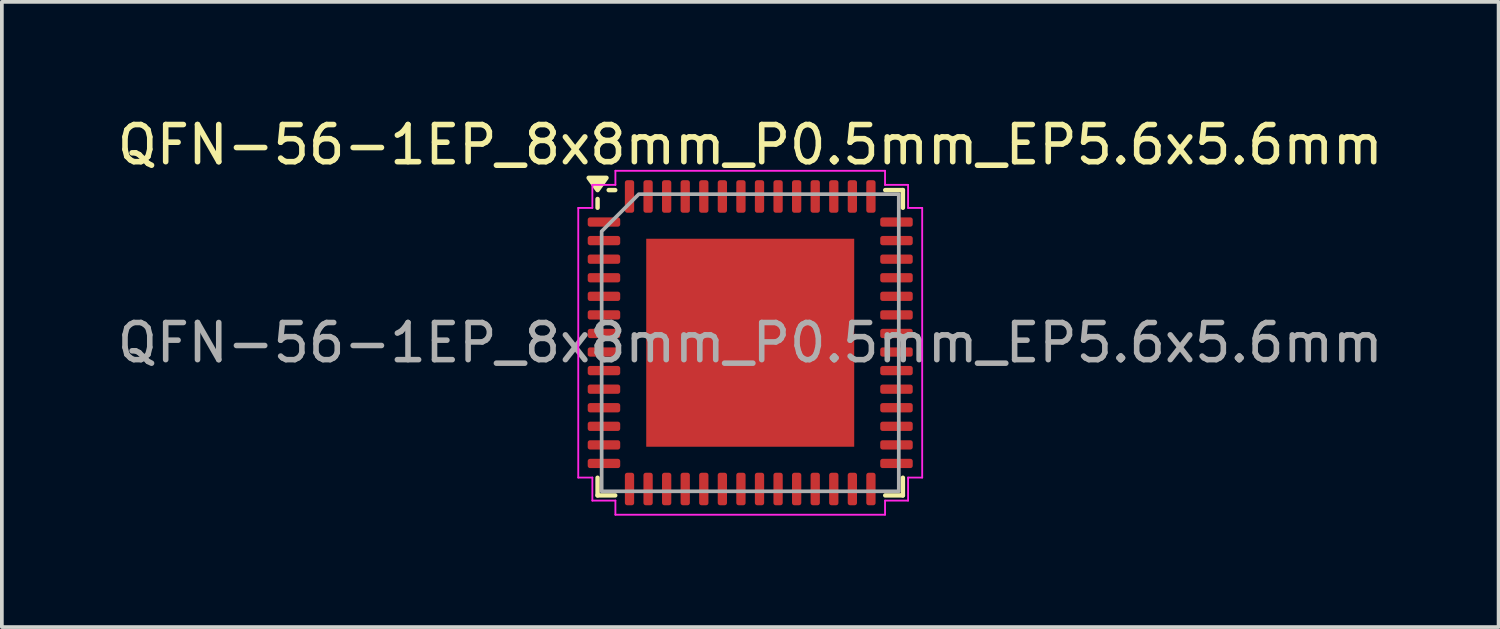
<source format=kicad_pcb>
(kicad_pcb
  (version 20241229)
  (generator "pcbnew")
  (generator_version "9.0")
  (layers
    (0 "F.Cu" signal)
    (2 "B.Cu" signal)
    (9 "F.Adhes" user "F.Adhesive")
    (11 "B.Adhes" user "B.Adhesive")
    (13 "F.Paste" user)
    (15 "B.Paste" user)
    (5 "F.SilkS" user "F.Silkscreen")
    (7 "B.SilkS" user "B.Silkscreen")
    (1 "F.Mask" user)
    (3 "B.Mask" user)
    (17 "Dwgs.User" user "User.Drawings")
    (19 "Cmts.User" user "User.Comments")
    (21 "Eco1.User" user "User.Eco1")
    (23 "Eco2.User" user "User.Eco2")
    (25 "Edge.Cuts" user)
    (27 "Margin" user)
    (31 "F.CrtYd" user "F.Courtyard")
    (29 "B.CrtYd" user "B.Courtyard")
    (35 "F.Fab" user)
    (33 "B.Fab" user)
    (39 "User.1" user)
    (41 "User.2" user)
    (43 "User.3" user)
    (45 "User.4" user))
  (footprint "QFN-56-1EP_8x8mm_P0.5mm_EP5.6x5.6mm"
    (layer "F.Cu")
    (at 17.149 6.178)
    (property "Reference" "QFN-56-1EP_8x8mm_P0.5mm_EP5.6x5.6mm" (at 0 -5.33 0) (layer "F.SilkS") (effects (font (size 1 1) (thickness 0.15))))
    (attr smd)
    (fp_line (start -4.11 -3.635) (end -4.11 -3.87) (stroke (width 0.12) (type solid)) (layer "F.SilkS"))
    (fp_line (start -4.11 4.11) (end -4.11 3.635) (stroke (width 0.12) (type solid)) (layer "F.SilkS"))
    (fp_line (start -3.635 -4.11) (end -3.81 -4.11) (stroke (width 0.12) (type solid)) (layer "F.SilkS"))
    (fp_line (start -3.635 4.11) (end -4.11 4.11) (stroke (width 0.12) (type solid)) (layer "F.SilkS"))
    (fp_line (start 3.635 -4.11) (end 4.11 -4.11) (stroke (width 0.12) (type solid)) (layer "F.SilkS"))
    (fp_line (start 3.635 4.11) (end 4.11 4.11) (stroke (width 0.12) (type solid)) (layer "F.SilkS"))
    (fp_line (start 4.11 -4.11) (end 4.11 -3.635) (stroke (width 0.12) (type solid)) (layer "F.SilkS"))
    (fp_line (start 4.11 4.11) (end 4.11 3.635) (stroke (width 0.12) (type solid)) (layer "F.SilkS"))
    (fp_poly (pts (xy -4.11 -4.11) (xy -4.35 -4.44) (xy -3.87 -4.44)) (stroke (width 0.12) (type solid)) (fill yes) (layer "F.SilkS"))
    (fp_line (start -4.63 -3.63) (end -4.25 -3.63) (stroke (width 0.05) (type solid)) (layer "F.CrtYd"))
    (fp_line (start -4.63 3.63) (end -4.63 -3.63) (stroke (width 0.05) (type solid)) (layer "F.CrtYd"))
    (fp_line (start -4.25 -4.25) (end -3.63 -4.25) (stroke (width 0.05) (type solid)) (layer "F.CrtYd"))
    (fp_line (start -4.25 -3.63) (end -4.25 -4.25) (stroke (width 0.05) (type solid)) (layer "F.CrtYd"))
    (fp_line (start -4.25 3.63) (end -4.63 3.63) (stroke (width 0.05) (type solid)) (layer "F.CrtYd"))
    (fp_line (start -4.25 4.25) (end -4.25 3.63) (stroke (width 0.05) (type solid)) (layer "F.CrtYd"))
    (fp_line (start -3.63 -4.63) (end 3.63 -4.63) (stroke (width 0.05) (type solid)) (layer "F.CrtYd"))
    (fp_line (start -3.63 -4.25) (end -3.63 -4.63) (stroke (width 0.05) (type solid)) (layer "F.CrtYd"))
    (fp_line (start -3.63 4.25) (end -4.25 4.25) (stroke (width 0.05) (type solid)) (layer "F.CrtYd"))
    (fp_line (start -3.63 4.63) (end -3.63 4.25) (stroke (width 0.05) (type solid)) (layer "F.CrtYd"))
    (fp_line (start 3.63 -4.63) (end 3.63 -4.25) (stroke (width 0.05) (type solid)) (layer "F.CrtYd"))
    (fp_line (start 3.63 -4.25) (end 4.25 -4.25) (stroke (width 0.05) (type solid)) (layer "F.CrtYd"))
    (fp_line (start 3.63 4.25) (end 3.63 4.63) (stroke (width 0.05) (type solid)) (layer "F.CrtYd"))
    (fp_line (start 3.63 4.63) (end -3.63 4.63) (stroke (width 0.05) (type solid)) (layer "F.CrtYd"))
    (fp_line (start 4.25 -4.25) (end 4.25 -3.63) (stroke (width 0.05) (type solid)) (layer "F.CrtYd"))
    (fp_line (start 4.25 -3.63) (end 4.63 -3.63) (stroke (width 0.05) (type solid)) (layer "F.CrtYd"))
    (fp_line (start 4.25 3.63) (end 4.25 4.25) (stroke (width 0.05) (type solid)) (layer "F.CrtYd"))
    (fp_line (start 4.25 4.25) (end 3.63 4.25) (stroke (width 0.05) (type solid)) (layer "F.CrtYd"))
    (fp_line (start 4.63 -3.63) (end 4.63 3.63) (stroke (width 0.05) (type solid)) (layer "F.CrtYd"))
    (fp_line (start 4.63 3.63) (end 4.25 3.63) (stroke (width 0.05) (type solid)) (layer "F.CrtYd"))
    (fp_poly (pts (xy -4 -3) (xy -4 4) (xy 4 4) (xy 4 -4) (xy -3 -4)) (stroke (width 0.1) (type solid)) (fill no) (layer "F.Fab"))
    (fp_text user "${REFERENCE}" (at 0 0 0) (layer "F.Fab") (effects (font (size 1 1) (thickness 0.15))))
    (pad "" smd roundrect (at -2.1 -2.1) (size 1.13 1.13) (layers "F.Paste") (roundrect_rratio 0.221))
    (pad "" smd roundrect (at -2.1 -0.7) (size 1.13 1.13) (layers "F.Paste") (roundrect_rratio 0.221))
    (pad "" smd roundrect (at -2.1 0.7) (size 1.13 1.13) (layers "F.Paste") (roundrect_rratio 0.221))
    (pad "" smd roundrect (at -2.1 2.1) (size 1.13 1.13) (layers "F.Paste") (roundrect_rratio 0.221))
    (pad "" smd roundrect (at -0.7 -2.1) (size 1.13 1.13) (layers "F.Paste") (roundrect_rratio 0.221))
    (pad "" smd roundrect (at -0.7 -0.7) (size 1.13 1.13) (layers "F.Paste") (roundrect_rratio 0.221))
    (pad "" smd roundrect (at -0.7 0.7) (size 1.13 1.13) (layers "F.Paste") (roundrect_rratio 0.221))
    (pad "" smd roundrect (at -0.7 2.1) (size 1.13 1.13) (layers "F.Paste") (roundrect_rratio 0.221))
    (pad "" smd roundrect (at 0.7 -2.1) (size 1.13 1.13) (layers "F.Paste") (roundrect_rratio 0.221))
    (pad "" smd roundrect (at 0.7 -0.7) (size 1.13 1.13) (layers "F.Paste") (roundrect_rratio 0.221))
    (pad "" smd roundrect (at 0.7 0.7) (size 1.13 1.13) (layers "F.Paste") (roundrect_rratio 0.221))
    (pad "" smd roundrect (at 0.7 2.1) (size 1.13 1.13) (layers "F.Paste") (roundrect_rratio 0.221))
    (pad "" smd roundrect (at 2.1 -2.1) (size 1.13 1.13) (layers "F.Paste") (roundrect_rratio 0.221))
    (pad "" smd roundrect (at 2.1 -0.7) (size 1.13 1.13) (layers "F.Paste") (roundrect_rratio 0.221))
    (pad "" smd roundrect (at 2.1 0.7) (size 1.13 1.13) (layers "F.Paste") (roundrect_rratio 0.221))
    (pad "" smd roundrect (at 2.1 2.1) (size 1.13 1.13) (layers "F.Paste") (roundrect_rratio 0.221))
    (pad "1" smd roundrect (at -3.938 -3.25) (size 0.875 0.25) (layers "F.Cu" "F.Mask" "F.Paste") (roundrect_rratio 0.25))
    (pad "2" smd roundrect (at -3.938 -2.75) (size 0.875 0.25) (layers "F.Cu" "F.Mask" "F.Paste") (roundrect_rratio 0.25))
    (pad "3" smd roundrect (at -3.938 -2.25) (size 0.875 0.25) (layers "F.Cu" "F.Mask" "F.Paste") (roundrect_rratio 0.25))
    (pad "4" smd roundrect (at -3.938 -1.75) (size 0.875 0.25) (layers "F.Cu" "F.Mask" "F.Paste") (roundrect_rratio 0.25))
    (pad "5" smd roundrect (at -3.938 -1.25) (size 0.875 0.25) (layers "F.Cu" "F.Mask" "F.Paste") (roundrect_rratio 0.25))
    (pad "6" smd roundrect (at -3.938 -0.75) (size 0.875 0.25) (layers "F.Cu" "F.Mask" "F.Paste") (roundrect_rratio 0.25))
    (pad "7" smd roundrect (at -3.938 -0.25) (size 0.875 0.25) (layers "F.Cu" "F.Mask" "F.Paste") (roundrect_rratio 0.25))
    (pad "8" smd roundrect (at -3.938 0.25) (size 0.875 0.25) (layers "F.Cu" "F.Mask" "F.Paste") (roundrect_rratio 0.25))
    (pad "9" smd roundrect (at -3.938 0.75) (size 0.875 0.25) (layers "F.Cu" "F.Mask" "F.Paste") (roundrect_rratio 0.25))
    (pad "10" smd roundrect (at -3.938 1.25) (size 0.875 0.25) (layers "F.Cu" "F.Mask" "F.Paste") (roundrect_rratio 0.25))
    (pad "11" smd roundrect (at -3.938 1.75) (size 0.875 0.25) (layers "F.Cu" "F.Mask" "F.Paste") (roundrect_rratio 0.25))
    (pad "12" smd roundrect (at -3.938 2.25) (size 0.875 0.25) (layers "F.Cu" "F.Mask" "F.Paste") (roundrect_rratio 0.25))
    (pad "13" smd roundrect (at -3.938 2.75) (size 0.875 0.25) (layers "F.Cu" "F.Mask" "F.Paste") (roundrect_rratio 0.25))
    (pad "14" smd roundrect (at -3.938 3.25) (size 0.875 0.25) (layers "F.Cu" "F.Mask" "F.Paste") (roundrect_rratio 0.25))
    (pad "15" smd roundrect (at -3.25 3.938) (size 0.25 0.875) (layers "F.Cu" "F.Mask" "F.Paste") (roundrect_rratio 0.25))
    (pad "16" smd roundrect (at -2.75 3.938) (size 0.25 0.875) (layers "F.Cu" "F.Mask" "F.Paste") (roundrect_rratio 0.25))
    (pad "17" smd roundrect (at -2.25 3.938) (size 0.25 0.875) (layers "F.Cu" "F.Mask" "F.Paste") (roundrect_rratio 0.25))
    (pad "18" smd roundrect (at -1.75 3.938) (size 0.25 0.875) (layers "F.Cu" "F.Mask" "F.Paste") (roundrect_rratio 0.25))
    (pad "19" smd roundrect (at -1.25 3.938) (size 0.25 0.875) (layers "F.Cu" "F.Mask" "F.Paste") (roundrect_rratio 0.25))
    (pad "20" smd roundrect (at -0.75 3.938) (size 0.25 0.875) (layers "F.Cu" "F.Mask" "F.Paste") (roundrect_rratio 0.25))
    (pad "21" smd roundrect (at -0.25 3.938) (size 0.25 0.875) (layers "F.Cu" "F.Mask" "F.Paste") (roundrect_rratio 0.25))
    (pad "22" smd roundrect (at 0.25 3.938) (size 0.25 0.875) (layers "F.Cu" "F.Mask" "F.Paste") (roundrect_rratio 0.25))
    (pad "23" smd roundrect (at 0.75 3.938) (size 0.25 0.875) (layers "F.Cu" "F.Mask" "F.Paste") (roundrect_rratio 0.25))
    (pad "24" smd roundrect (at 1.25 3.938) (size 0.25 0.875) (layers "F.Cu" "F.Mask" "F.Paste") (roundrect_rratio 0.25))
    (pad "25" smd roundrect (at 1.75 3.938) (size 0.25 0.875) (layers "F.Cu" "F.Mask" "F.Paste") (roundrect_rratio 0.25))
    (pad "26" smd roundrect (at 2.25 3.938) (size 0.25 0.875) (layers "F.Cu" "F.Mask" "F.Paste") (roundrect_rratio 0.25))
    (pad "27" smd roundrect (at 2.75 3.938) (size 0.25 0.875) (layers "F.Cu" "F.Mask" "F.Paste") (roundrect_rratio 0.25))
    (pad "28" smd roundrect (at 3.25 3.938) (size 0.25 0.875) (layers "F.Cu" "F.Mask" "F.Paste") (roundrect_rratio 0.25))
    (pad "29" smd roundrect (at 3.938 3.25) (size 0.875 0.25) (layers "F.Cu" "F.Mask" "F.Paste") (roundrect_rratio 0.25))
    (pad "30" smd roundrect (at 3.938 2.75) (size 0.875 0.25) (layers "F.Cu" "F.Mask" "F.Paste") (roundrect_rratio 0.25))
    (pad "31" smd roundrect (at 3.938 2.25) (size 0.875 0.25) (layers "F.Cu" "F.Mask" "F.Paste") (roundrect_rratio 0.25))
    (pad "32" smd roundrect (at 3.938 1.75) (size 0.875 0.25) (layers "F.Cu" "F.Mask" "F.Paste") (roundrect_rratio 0.25))
    (pad "33" smd roundrect (at 3.938 1.25) (size 0.875 0.25) (layers "F.Cu" "F.Mask" "F.Paste") (roundrect_rratio 0.25))
    (pad "34" smd roundrect (at 3.938 0.75) (size 0.875 0.25) (layers "F.Cu" "F.Mask" "F.Paste") (roundrect_rratio 0.25))
    (pad "35" smd roundrect (at 3.938 0.25) (size 0.875 0.25) (layers "F.Cu" "F.Mask" "F.Paste") (roundrect_rratio 0.25))
    (pad "36" smd roundrect (at 3.938 -0.25) (size 0.875 0.25) (layers "F.Cu" "F.Mask" "F.Paste") (roundrect_rratio 0.25))
    (pad "37" smd roundrect (at 3.938 -0.75) (size 0.875 0.25) (layers "F.Cu" "F.Mask" "F.Paste") (roundrect_rratio 0.25))
    (pad "38" smd roundrect (at 3.938 -1.25) (size 0.875 0.25) (layers "F.Cu" "F.Mask" "F.Paste") (roundrect_rratio 0.25))
    (pad "39" smd roundrect (at 3.938 -1.75) (size 0.875 0.25) (layers "F.Cu" "F.Mask" "F.Paste") (roundrect_rratio 0.25))
    (pad "40" smd roundrect (at 3.938 -2.25) (size 0.875 0.25) (layers "F.Cu" "F.Mask" "F.Paste") (roundrect_rratio 0.25))
    (pad "41" smd roundrect (at 3.938 -2.75) (size 0.875 0.25) (layers "F.Cu" "F.Mask" "F.Paste") (roundrect_rratio 0.25))
    (pad "42" smd roundrect (at 3.938 -3.25) (size 0.875 0.25) (layers "F.Cu" "F.Mask" "F.Paste") (roundrect_rratio 0.25))
    (pad "43" smd roundrect (at 3.25 -3.938) (size 0.25 0.875) (layers "F.Cu" "F.Mask" "F.Paste") (roundrect_rratio 0.25))
    (pad "44" smd roundrect (at 2.75 -3.938) (size 0.25 0.875) (layers "F.Cu" "F.Mask" "F.Paste") (roundrect_rratio 0.25))
    (pad "45" smd roundrect (at 2.25 -3.938) (size 0.25 0.875) (layers "F.Cu" "F.Mask" "F.Paste") (roundrect_rratio 0.25))
    (pad "46" smd roundrect (at 1.75 -3.938) (size 0.25 0.875) (layers "F.Cu" "F.Mask" "F.Paste") (roundrect_rratio 0.25))
    (pad "47" smd roundrect (at 1.25 -3.938) (size 0.25 0.875) (layers "F.Cu" "F.Mask" "F.Paste") (roundrect_rratio 0.25))
    (pad "48" smd roundrect (at 0.75 -3.938) (size 0.25 0.875) (layers "F.Cu" "F.Mask" "F.Paste") (roundrect_rratio 0.25))
    (pad "49" smd roundrect (at 0.25 -3.938) (size 0.25 0.875) (layers "F.Cu" "F.Mask" "F.Paste") (roundrect_rratio 0.25))
    (pad "50" smd roundrect (at -0.25 -3.938) (size 0.25 0.875) (layers "F.Cu" "F.Mask" "F.Paste") (roundrect_rratio 0.25))
    (pad "51" smd roundrect (at -0.75 -3.938) (size 0.25 0.875) (layers "F.Cu" "F.Mask" "F.Paste") (roundrect_rratio 0.25))
    (pad "52" smd roundrect (at -1.25 -3.938) (size 0.25 0.875) (layers "F.Cu" "F.Mask" "F.Paste") (roundrect_rratio 0.25))
    (pad "53" smd roundrect (at -1.75 -3.938) (size 0.25 0.875) (layers "F.Cu" "F.Mask" "F.Paste") (roundrect_rratio 0.25))
    (pad "54" smd roundrect (at -2.25 -3.938) (size 0.25 0.875) (layers "F.Cu" "F.Mask" "F.Paste") (roundrect_rratio 0.25))
    (pad "55" smd roundrect (at -2.75 -3.938) (size 0.25 0.875) (layers "F.Cu" "F.Mask" "F.Paste") (roundrect_rratio 0.25))
    (pad "56" smd roundrect (at -3.25 -3.938) (size 0.25 0.875) (layers "F.Cu" "F.Mask" "F.Paste") (roundrect_rratio 0.25))
    (pad "57" smd rect (at 0 0) (size 5.6 5.6) (property pad_prop_heatsink) (layers "F.Cu" "F.Mask")))
  (gr_rect
    (start -3 -3)
    (end 37.298 13.833)
    (stroke (width 0.1) (type default))
    (fill no)
    (layer "Edge.Cuts")))
</source>
